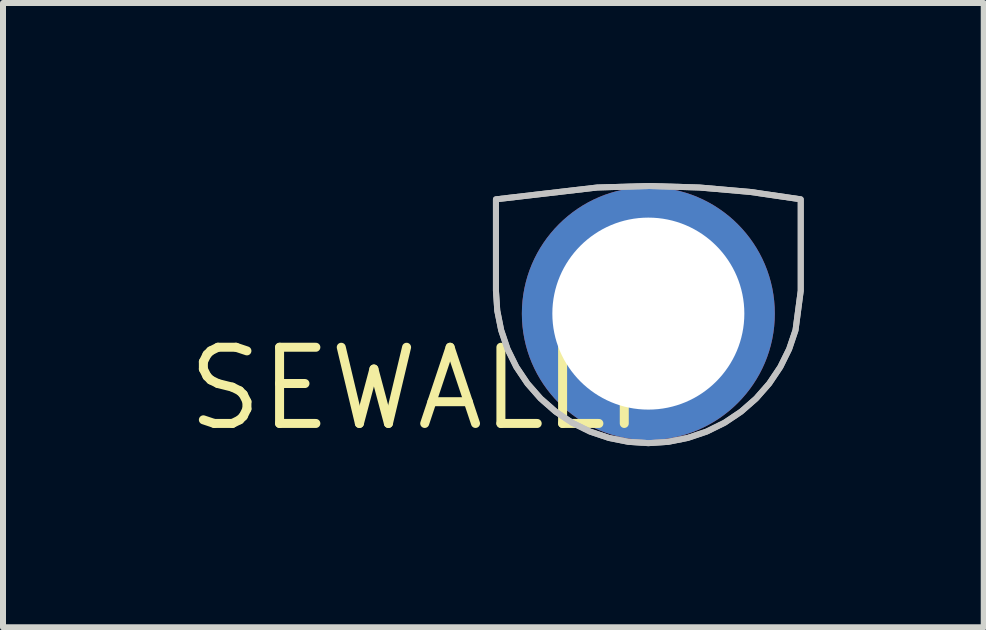
<source format=kicad_pcb>
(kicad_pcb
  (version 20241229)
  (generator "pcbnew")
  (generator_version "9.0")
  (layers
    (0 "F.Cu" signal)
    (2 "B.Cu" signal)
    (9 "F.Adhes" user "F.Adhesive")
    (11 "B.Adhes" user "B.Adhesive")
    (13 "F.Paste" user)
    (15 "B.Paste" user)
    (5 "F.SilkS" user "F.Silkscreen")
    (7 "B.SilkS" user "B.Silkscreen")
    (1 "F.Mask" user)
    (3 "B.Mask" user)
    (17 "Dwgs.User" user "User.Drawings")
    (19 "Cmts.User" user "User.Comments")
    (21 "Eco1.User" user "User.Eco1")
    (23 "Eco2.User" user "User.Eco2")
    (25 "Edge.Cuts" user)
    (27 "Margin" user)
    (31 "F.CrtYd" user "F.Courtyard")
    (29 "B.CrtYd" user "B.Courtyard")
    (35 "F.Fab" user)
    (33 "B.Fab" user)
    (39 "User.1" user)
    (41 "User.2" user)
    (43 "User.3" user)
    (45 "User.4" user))
  (footprint "SEWALLI"
    (layer "F.Cu")
    (at 7.756 2.685)
    (property "Reference" "SEWALLI" (at 0 0 0) (layer "F.SilkS") (effects (font (size 1.27 1.27) (thickness 0.15)) (justify right top)))
    (attr through_hole)
    (fp_poly (pts (xy 2.54 -2.413) (xy 1.698 -2.536) (xy 0.851 -2.61) (xy 0 -2.635) (xy -0.851 -2.61) (xy -2.54 -2.413) (xy -2.54 -0.889) (xy -2.518 -0.557) (xy -2.453 -0.232) (xy -2.347 0.083) (xy -2.2 0.381) (xy -2.015 0.657) (xy -1.796 0.907) (xy -1.546 1.126) (xy -1.27 1.311) (xy -0.972 1.458) (xy -0.657 1.564) (xy -0.332 1.629) (xy 0 1.651) (xy 0.332 1.629) (xy 0.657 1.564) (xy 0.972 1.458) (xy 1.27 1.311) (xy 1.546 1.126) (xy 1.796 0.907) (xy 2.015 0.657) (xy 2.2 0.381) (xy 2.347 0.083) (xy 2.453 -0.232) (xy 2.54 -0.889)) (stroke (width 0) (type solid)) (fill yes) (layer "F.Mask"))
    (fp_poly (pts (xy 2.54 -2.413) (xy 1.698 -2.536) (xy 0.851 -2.61) (xy 0 -2.635) (xy -0.851 -2.61) (xy -2.54 -2.413) (xy -2.54 -0.889) (xy -2.518 -0.557) (xy -2.453 -0.232) (xy -2.347 0.083) (xy -2.2 0.381) (xy -2.015 0.657) (xy -1.796 0.907) (xy -1.546 1.126) (xy -1.27 1.311) (xy -0.972 1.458) (xy -0.657 1.564) (xy -0.332 1.629) (xy 0 1.651) (xy 0.332 1.629) (xy 0.657 1.564) (xy 0.972 1.458) (xy 1.27 1.311) (xy 1.546 1.126) (xy 1.796 0.907) (xy 2.015 0.657) (xy 2.2 0.381) (xy 2.347 0.083) (xy 2.453 -0.232) (xy 2.54 -0.889)) (stroke (width 0) (type solid)) (fill yes) (layer "B.Mask"))
    (fp_poly (pts (xy 2.54 -2.413) (xy 1.698 -2.536) (xy 0.851 -2.61) (xy 0 -2.635) (xy -0.851 -2.61) (xy -2.54 -2.413) (xy -2.54 -0.889) (xy -2.518 -0.557) (xy -2.453 -0.232) (xy -2.347 0.083) (xy -2.2 0.381) (xy -2.015 0.657) (xy -1.796 0.907) (xy -1.546 1.126) (xy -1.27 1.311) (xy -0.972 1.458) (xy -0.657 1.564) (xy -0.332 1.629) (xy 0 1.651) (xy 0.332 1.629) (xy 0.657 1.564) (xy 0.972 1.458) (xy 1.27 1.311) (xy 1.546 1.126) (xy 1.796 0.907) (xy 2.015 0.657) (xy 2.2 0.381) (xy 2.347 0.083) (xy 2.453 -0.232) (xy 2.54 -0.889)) (stroke (width 0.1) (type solid)) (fill no) (layer "Dwgs.User"))
    (fp_poly (pts (xy 2.54 -2.413) (xy 1.698 -2.536) (xy 0.851 -2.61) (xy 0 -2.635) (xy -0.851 -2.61) (xy -2.54 -2.413) (xy -2.54 -0.889) (xy -2.518 -0.557) (xy -2.453 -0.232) (xy -2.347 0.083) (xy -2.2 0.381) (xy -2.015 0.657) (xy -1.796 0.907) (xy -1.546 1.126) (xy -1.27 1.311) (xy -0.972 1.458) (xy -0.657 1.564) (xy -0.332 1.629) (xy 0 1.651) (xy 0.332 1.629) (xy 0.657 1.564) (xy 0.972 1.458) (xy 1.27 1.311) (xy 1.546 1.126) (xy 1.796 0.907) (xy 2.015 0.657) (xy 2.2 0.381) (xy 2.347 0.083) (xy 2.453 -0.232) (xy 2.54 -0.889)) (stroke (width 0.1) (type solid)) (fill no) (layer "Dwgs.User"))
    (pad "P$1" thru_hole circle (at 0 -0.508) (size 4.216 4.216) (drill 3.2) (layers "*.Cu" "*.Mask")))
  (gr_rect
    (start -3 -3)
    (end 13.346 7.405)
    (stroke (width 0.1) (type default))
    (fill no)
    (layer "Edge.Cuts")))
</source>
